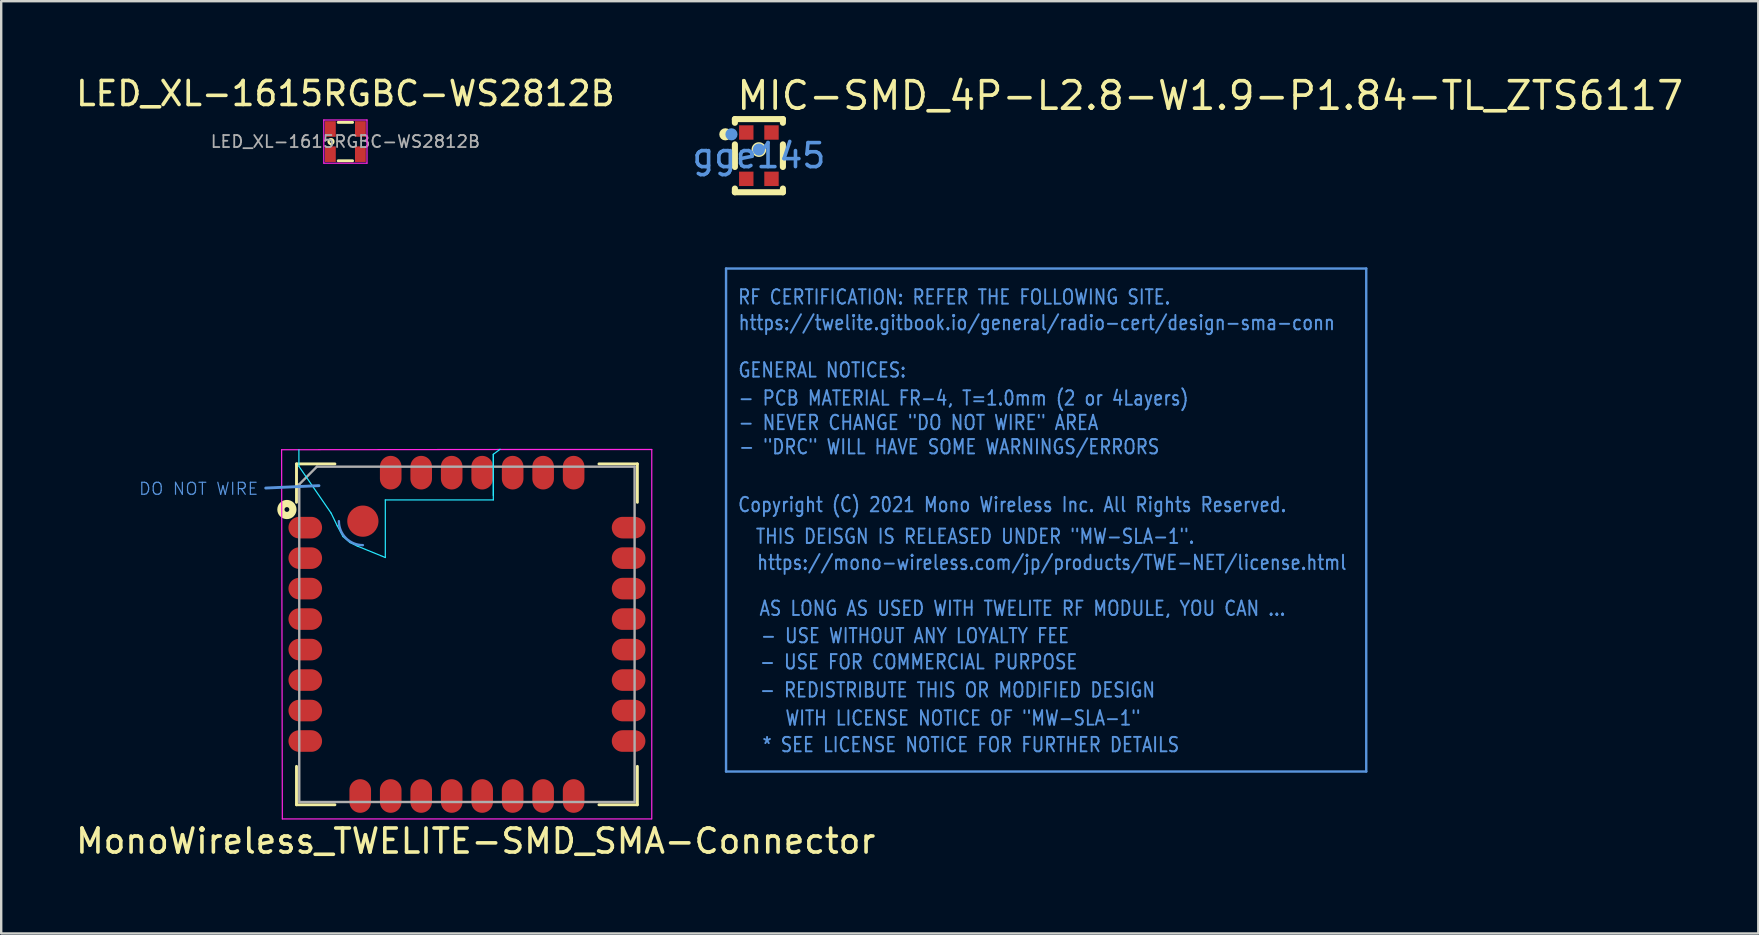
<source format=kicad_pcb>
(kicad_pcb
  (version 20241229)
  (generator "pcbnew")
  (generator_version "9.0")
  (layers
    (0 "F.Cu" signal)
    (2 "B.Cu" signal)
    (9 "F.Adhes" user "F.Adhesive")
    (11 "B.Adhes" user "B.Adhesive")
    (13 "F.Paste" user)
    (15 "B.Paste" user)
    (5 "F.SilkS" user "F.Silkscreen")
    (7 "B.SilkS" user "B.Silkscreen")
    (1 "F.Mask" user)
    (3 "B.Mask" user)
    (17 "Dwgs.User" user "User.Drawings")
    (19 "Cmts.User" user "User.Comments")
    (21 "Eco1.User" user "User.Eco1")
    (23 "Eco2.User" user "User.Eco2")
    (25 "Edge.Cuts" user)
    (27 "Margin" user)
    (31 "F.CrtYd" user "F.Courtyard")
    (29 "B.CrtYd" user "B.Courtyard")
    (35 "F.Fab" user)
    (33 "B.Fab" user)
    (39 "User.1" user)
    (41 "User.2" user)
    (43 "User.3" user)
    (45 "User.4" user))
  (footprint "MIC-SMD_4P-L2.8-W1.9-P1.84-TL_ZTS6117"
    (layer "F.Cu")
    (at 28.565 3.435)
    (property "Reference" "MIC-SMD_4P-L2.8-W1.9-P1.84-TL_ZTS6117" (at -1 -2.5 0) (layer "F.SilkS") (effects (font (size 1.143 1.143) (thickness 0.152)) (justify left)))
    (attr smd)
    (fp_line (start -1 -1.524) (end -1 -1.37) (stroke (width 0.254) (type solid)) (layer "F.SilkS"))
    (fp_line (start -1 -1.524) (end 1 -1.524) (stroke (width 0.254) (type solid)) (layer "F.SilkS"))
    (fp_line (start -1 -0.47) (end -1 0.47) (stroke (width 0.254) (type solid)) (layer "F.SilkS"))
    (fp_line (start -1 1.37) (end -1 1.524) (stroke (width 0.254) (type solid)) (layer "F.SilkS"))
    (fp_line (start -1 1.524) (end 1 1.524) (stroke (width 0.254) (type solid)) (layer "F.SilkS"))
    (fp_line (start 1 -1.524) (end 1 -1.37) (stroke (width 0.254) (type solid)) (layer "F.SilkS"))
    (fp_line (start 1 -0.47) (end 1 0.47) (stroke (width 0.254) (type solid)) (layer "F.SilkS"))
    (fp_line (start 1 1.37) (end 1 1.524) (stroke (width 0.254) (type solid)) (layer "F.SilkS"))
    (fp_circle (center -1.397 -0.889) (end -1.27 -0.889) (stroke (width 0.254) (type solid)) (fill no) (layer "F.SilkS"))
    (fp_circle (center 0 -0.254) (end 0.18 -0.254) (stroke (width 0.254) (type solid)) (fill no) (layer "F.SilkS"))
    (fp_circle (center -1.143 -0.889) (end -1.016 -0.889) (stroke (width 0.254) (type solid)) (fill no) (layer "Cmts.User"))
    (fp_circle (center 0 -0.254) (end 0.127 -0.254) (stroke (width 0.254) (type solid)) (fill no) (layer "Cmts.User"))
    (fp_text user "gge145" (at 0 0 0) (layer "Cmts.User") (effects (font (size 1 1) (thickness 0.15))))
    (pad "1" smd rect (at -0.525 -0.965) (size 0.6 0.6) (layers "F.Cu" "F.Mask" "F.Paste"))
    (pad "2" smd rect (at -0.525 0.965) (size 0.6 0.6) (layers "F.Cu" "F.Mask" "F.Paste"))
    (pad "3" smd rect (at 0.525 0.965) (size 0.6 0.6) (layers "F.Cu" "F.Mask" "F.Paste"))
    (pad "4" smd rect (at 0.525 -0.965) (size 0.6 0.6) (layers "F.Cu" "F.Mask" "F.Paste")))
  (footprint "MonoWireless_TWELITE-SMD_SMA-Connector"
    (layer "F.Cu")
    (at 16.402 23.376)
    (property "Reference" "MonoWireless_TWELITE-SMD_SMA-Connector" (at 0.366 8.613 0) (layer "F.SilkS") (effects (font (size 1 1) (thickness 0.15))))
    (attr through_hole)
    (fp_line (start -7.1 -7.1) (end -7.1 -5.5) (stroke (width 0.12) (type solid)) (layer "F.SilkS"))
    (fp_line (start -7.1 -7.1) (end -5.5 -7.1) (stroke (width 0.12) (type solid)) (layer "F.SilkS"))
    (fp_line (start -7.1 7.1) (end -7.1 5.5) (stroke (width 0.12) (type solid)) (layer "F.SilkS"))
    (fp_line (start -5.5 7.1) (end -7.1 7.1) (stroke (width 0.12) (type solid)) (layer "F.SilkS"))
    (fp_line (start 7.1 -7.1) (end 5.5 -7.1) (stroke (width 0.12) (type solid)) (layer "F.SilkS"))
    (fp_line (start 7.1 -7.1) (end 7.1 -5.5) (stroke (width 0.12) (type solid)) (layer "F.SilkS"))
    (fp_line (start 7.1 7.1) (end 5.5 7.1) (stroke (width 0.12) (type solid)) (layer "F.SilkS"))
    (fp_line (start 7.1 7.1) (end 7.1 5.5) (stroke (width 0.12) (type solid)) (layer "F.SilkS"))
    (fp_circle (center -7.5 -5.2) (end -7.4 -5.2) (stroke (width 0.3) (type solid)) (fill no) (layer "F.SilkS"))
    (fp_circle (center -4.335 -4.715) (end -4.035 -4.715) (stroke (width 0.75) (type solid)) (fill no) (layer "F.Paste"))
    (fp_line (start -6.165 -6.194) (end -8.382 -6.094) (stroke (width 0.12) (type solid)) (layer "Cmts.User"))
    (fp_line (start 10.795 -15.24) (end 37.465 -15.24) (stroke (width 0.1) (type solid)) (layer "Cmts.User"))
    (fp_line (start 10.795 5.715) (end 10.795 -15.24) (stroke (width 0.1) (type solid)) (layer "Cmts.User"))
    (fp_line (start 37.465 -15.24) (end 37.465 5.715) (stroke (width 0.1) (type solid)) (layer "Cmts.User"))
    (fp_line (start 37.465 5.715) (end 10.795 5.715) (stroke (width 0.1) (type solid)) (layer "Cmts.User"))
    (fp_arc (start -4.335 -3.715) (mid -5.042107 -4.007893) (end -5.335 -4.715) (stroke (width 0.1) (type solid)) (layer "Cmts.User"))
    (fp_line (start -7 -7.69) (end -7 -7) (stroke (width 0.05) (type solid)) (layer "B.CrtYd"))
    (fp_line (start -5.655 -5.045) (end -7 -7) (stroke (width 0.05) (type solid)) (layer "B.CrtYd"))
    (fp_line (start -5.405 -4.525) (end -5.655 -5.045) (stroke (width 0.05) (type solid)) (layer "B.CrtYd"))
    (fp_line (start -5.165 -4.075) (end -5.405 -4.525) (stroke (width 0.05) (type solid)) (layer "B.CrtYd"))
    (fp_line (start -5.165 -4.075) (end -4.875 -3.825) (stroke (width 0.05) (type solid)) (layer "B.CrtYd"))
    (fp_line (start -4.875 -3.825) (end -4.565 -3.675) (stroke (width 0.05) (type solid)) (layer "B.CrtYd"))
    (fp_line (start -4.565 -3.675) (end -3.4 -3.2) (stroke (width 0.05) (type solid)) (layer "B.CrtYd"))
    (fp_line (start -3.4 -5.6) (end 1.1 -5.6) (stroke (width 0.05) (type solid)) (layer "B.CrtYd"))
    (fp_line (start -3.4 -3.2) (end -3.4 -5.6) (stroke (width 0.05) (type solid)) (layer "B.CrtYd"))
    (fp_line (start 1.1 -7.5) (end 1.38 -7.71) (stroke (width 0.05) (type solid)) (layer "B.CrtYd"))
    (fp_line (start 1.1 -5.78) (end 1.1 -7.5) (stroke (width 0.05) (type solid)) (layer "B.CrtYd"))
    (fp_line (start 1.1 -5.6) (end 1.1 -7.5) (stroke (width 0.05) (type solid)) (layer "B.CrtYd"))
    (fp_line (start -7.72 -7.69) (end -7.69 7.69) (stroke (width 0.05) (type solid)) (layer "F.CrtYd"))
    (fp_line (start -7.69 7.69) (end 7.69 7.69) (stroke (width 0.05) (type solid)) (layer "F.CrtYd"))
    (fp_line (start 1.3 -7.7) (end -7.72 -7.69) (stroke (width 0.05) (type solid)) (layer "F.CrtYd"))
    (fp_line (start 7.7 -7.7) (end 1.3 -7.7) (stroke (width 0.05) (type solid)) (layer "F.CrtYd"))
    (fp_line (start 7.7 7.69) (end 7.7 -7.7) (stroke (width 0.05) (type solid)) (layer "F.CrtYd"))
    (fp_line (start -6.985 -6.25) (end -6.985 6.985) (stroke (width 0.1) (type solid)) (layer "F.Fab"))
    (fp_line (start -6.985 6.985) (end 6.985 6.985) (stroke (width 0.1) (type solid)) (layer "F.Fab"))
    (fp_line (start -6.25 -6.985) (end -6.985 -6.25) (stroke (width 0.1) (type solid)) (layer "F.Fab"))
    (fp_line (start 6.985 -6.985) (end -6.25 -6.985) (stroke (width 0.1) (type solid)) (layer "F.Fab"))
    (fp_line (start 6.985 6.985) (end 6.985 -6.985) (stroke (width 0.1) (type solid)) (layer "F.Fab"))
    (fp_text user "- \"DRC\" WILL HAVE SOME WARNINGS/ERRORS" (at 11.29 -7.81 0) (layer "Cmts.User") (effects (font (size 0.6 0.5) (thickness 0.08)) (justify left)))
    (fp_text user "AS LONG AS USED WITH TWELITE RF MODULE, YOU CAN ..." (at 12.14 -1.08 0) (layer "Cmts.User") (effects (font (size 0.6 0.5) (thickness 0.08)) (justify left)))
    (fp_text user "https://mono-wireless.com/jp/products/TWE-NET/license.html" (at 12.04 -2.99 0) (layer "Cmts.User") (effects (font (size 0.6 0.5) (thickness 0.08)) (justify left)))
    (fp_text user "Copyright (C) 2021 Mono Wireless Inc. All Rights Reserved." (at 11.25 -5.4 0) (layer "Cmts.User") (effects (font (size 0.6 0.5) (thickness 0.08)) (justify left)))
    (fp_text user "- NEVER CHANGE \"DO NOT WIRE\" AREA" (at 11.27 -8.82 0) (layer "Cmts.User") (effects (font (size 0.6 0.5) (thickness 0.08)) (justify left)))
    (fp_text user "DO NOT WIRE" (at -11.176 -6.063 0) (layer "Cmts.User") (effects (font (size 0.5 0.5) (thickness 0.05))))
    (fp_text user "- REDISTRIBUTE THIS OR MODIFIED DESIGN" (at 12.16 2.32 0) (layer "Cmts.User") (effects (font (size 0.6 0.5) (thickness 0.08)) (justify left)))
    (fp_text user "* SEE LICENSE NOTICE FOR FURTHER DETAILS" (at 12.26 4.6 0) (layer "Cmts.User") (effects (font (size 0.6 0.5) (thickness 0.08)) (justify left)))
    (fp_text user "- USE WITHOUT ANY LOYALTY FEE" (at 12.2 0.06 0) (layer "Cmts.User") (effects (font (size 0.6 0.5) (thickness 0.08)) (justify left)))
    (fp_text user "https://twelite.gitbook.io/general/radio-cert/design-sma-conn" (at 11.27 -12.98 0) (layer "Cmts.User") (effects (font (size 0.6 0.5) (thickness 0.08)) (justify left)))
    (fp_text user "THIS DEISGN IS RELEASED UNDER \"MW-SLA-1\"." (at 11.99 -4.08 0) (layer "Cmts.User") (effects (font (size 0.6 0.5) (thickness 0.08)) (justify left)))
    (fp_text user "- PCB MATERIAL FR-4, T=1.0mm (2 or 4Layers)" (at 11.27 -9.84 0) (layer "Cmts.User") (effects (font (size 0.6 0.5) (thickness 0.08)) (justify left)))
    (fp_text user "GENERAL NOTICES:" (at 11.26 -11.01 0) (layer "Cmts.User") (effects (font (size 0.6 0.5) (thickness 0.08)) (justify left)))
    (fp_text user "- USE FOR COMMERCIAL PURPOSE" (at 12.16 1.15 0) (layer "Cmts.User") (effects (font (size 0.6 0.5) (thickness 0.08)) (justify left)))
    (fp_text user "RF CERTIFICATION: REFER THE FOLLOWING SITE." (at 11.25 -14.05 0) (layer "Cmts.User") (effects (font (size 0.6 0.5) (thickness 0.08)) (justify left)))
    (fp_text user "WITH LICENSE NOTICE OF \"MW-SLA-1\"" (at 13.22 3.49 0) (layer "Cmts.User") (effects (font (size 0.6 0.5) (thickness 0.08)) (justify left)))
    (pad "" smd circle (at -4.335 -4.715) (size 1.3 1.3) (layers "F.Cu" "F.Mask"))
    (pad "1" smd oval (at -6.735 -4.445 180) (size 1.4 0.9) (layers "F.Cu" "F.Mask" "F.Paste"))
    (pad "2" smd oval (at -6.735 -3.175 180) (size 1.4 0.9) (layers "F.Cu" "F.Mask" "F.Paste"))
    (pad "3" smd oval (at -6.735 -1.905 180) (size 1.4 0.9) (layers "F.Cu" "F.Mask" "F.Paste"))
    (pad "4" smd oval (at -6.735 -0.635 180) (size 1.4 0.9) (layers "F.Cu" "F.Mask" "F.Paste"))
    (pad "5" smd oval (at -6.735 0.635 180) (size 1.4 0.9) (layers "F.Cu" "F.Mask" "F.Paste"))
    (pad "6" smd oval (at -6.735 1.905 180) (size 1.4 0.9) (layers "F.Cu" "F.Mask" "F.Paste"))
    (pad "7" smd oval (at -6.735 3.175 180) (size 1.4 0.9) (layers "F.Cu" "F.Mask" "F.Paste"))
    (pad "8" smd oval (at -6.735 4.445 180) (size 1.4 0.9) (layers "F.Cu" "F.Mask" "F.Paste"))
    (pad "9" smd oval (at -4.445 6.735 270) (size 1.4 0.9) (layers "F.Cu" "F.Mask" "F.Paste"))
    (pad "10" smd oval (at -3.175 6.735 270) (size 1.4 0.9) (layers "F.Cu" "F.Mask" "F.Paste"))
    (pad "11" smd oval (at -1.905 6.735 270) (size 1.4 0.9) (layers "F.Cu" "F.Mask" "F.Paste"))
    (pad "12" smd oval (at -0.635 6.735 270) (size 1.4 0.9) (layers "F.Cu" "F.Mask" "F.Paste"))
    (pad "13" smd oval (at 0.635 6.735 270) (size 1.4 0.9) (layers "F.Cu" "F.Mask" "F.Paste"))
    (pad "14" smd oval (at 1.905 6.735 270) (size 1.4 0.9) (layers "F.Cu" "F.Mask" "F.Paste"))
    (pad "15" smd oval (at 3.175 6.735 270) (size 1.4 0.9) (layers "F.Cu" "F.Mask" "F.Paste"))
    (pad "16" smd oval (at 4.445 6.735 270) (size 1.4 0.9) (layers "F.Cu" "F.Mask" "F.Paste"))
    (pad "17" smd oval (at 6.735 4.445) (size 1.4 0.9) (layers "F.Cu" "F.Mask" "F.Paste"))
    (pad "18" smd oval (at 6.735 3.175) (size 1.4 0.9) (layers "F.Cu" "F.Mask" "F.Paste"))
    (pad "19" smd oval (at 6.735 1.905) (size 1.4 0.9) (layers "F.Cu" "F.Mask" "F.Paste"))
    (pad "20" smd oval (at 6.735 0.635) (size 1.4 0.9) (layers "F.Cu" "F.Mask" "F.Paste"))
    (pad "21" smd oval (at 6.735 -0.635) (size 1.4 0.9) (layers "F.Cu" "F.Mask" "F.Paste"))
    (pad "22" smd oval (at 6.735 -1.905) (size 1.4 0.9) (layers "F.Cu" "F.Mask" "F.Paste"))
    (pad "23" smd oval (at 6.735 -3.175) (size 1.4 0.9) (layers "F.Cu" "F.Mask" "F.Paste"))
    (pad "24" smd oval (at 6.735 -4.445) (size 1.4 0.9) (layers "F.Cu" "F.Mask" "F.Paste"))
    (pad "25" smd oval (at 4.445 -6.735 90) (size 1.4 0.9) (layers "F.Cu" "F.Mask" "F.Paste"))
    (pad "26" smd oval (at 3.175 -6.735 90) (size 1.4 0.9) (layers "F.Cu" "F.Mask" "F.Paste"))
    (pad "27" smd oval (at 1.905 -6.735 90) (size 1.4 0.9) (layers "F.Cu" "F.Mask" "F.Paste"))
    (pad "28" smd oval (at 0.635 -6.735 90) (size 1.4 0.9) (layers "F.Cu" "F.Mask" "F.Paste"))
    (pad "29" smd oval (at -0.635 -6.735 90) (size 1.4 0.9) (layers "F.Cu" "F.Mask" "F.Paste"))
    (pad "30" smd oval (at -1.905 -6.735 90) (size 1.4 0.9) (layers "F.Cu" "F.Mask" "F.Paste"))
    (pad "31" smd oval (at -3.175 -6.735 90) (size 1.4 0.9) (layers "F.Cu" "F.Mask" "F.Paste")))
  (footprint "LED_XL-1615RGBC-WS2812B"
    (layer "F.Cu")
    (at 11.339 2.848)
    (property "Reference" "LED_XL-1615RGBC-WS2812B" (at 0 -2 0) (layer "F.SilkS") (effects (font (size 1 1) (thickness 0.15))))
    (attr smd)
    (fp_line (start -0.3 -0.8) (end 0.3 -0.8) (stroke (width 0.12) (type solid)) (layer "F.SilkS"))
    (fp_line (start -0.3 0.8) (end 0.3 0.8) (stroke (width 0.12) (type solid)) (layer "F.SilkS"))
    (fp_circle (center -0.6 0) (end -0.5 0) (stroke (width 0.1) (type default)) (fill no) (layer "F.SilkS"))
    (fp_line (start -0.9 -0.9) (end -0.9 0.9) (stroke (width 0.05) (type solid)) (layer "F.CrtYd"))
    (fp_line (start -0.9 0.9) (end 0.9 0.9) (stroke (width 0.05) (type solid)) (layer "F.CrtYd"))
    (fp_line (start 0.9 -0.9) (end -0.9 -0.9) (stroke (width 0.05) (type solid)) (layer "F.CrtYd"))
    (fp_line (start 0.9 0.9) (end 0.9 -0.9) (stroke (width 0.05) (type solid)) (layer "F.CrtYd"))
    (fp_text user "${REFERENCE}" (at 0 0 0) (layer "F.Fab") (effects (font (size 0.5 0.5) (thickness 0.075))))
    (pad "1" smd rect (at -0.625 -0.525) (size 0.45 0.65) (layers "F.Cu" "F.Mask" "F.Paste"))
    (pad "2" smd rect (at 0.625 -0.525 90) (size 0.65 0.45) (layers "F.Cu" "F.Mask" "F.Paste"))
    (pad "3" smd rect (at -0.625 0.525) (size 0.45 0.65) (layers "F.Cu" "F.Mask" "F.Paste"))
    (pad "4" smd rect (at 0.625 0.525) (size 0.45 0.65) (layers "F.Cu" "F.Mask" "F.Paste")))
  (gr_rect
    (start -3 -3)
    (end 70.199 35.837)
    (stroke (width 0.1) (type default))
    (fill no)
    (layer "Edge.Cuts")))
</source>
